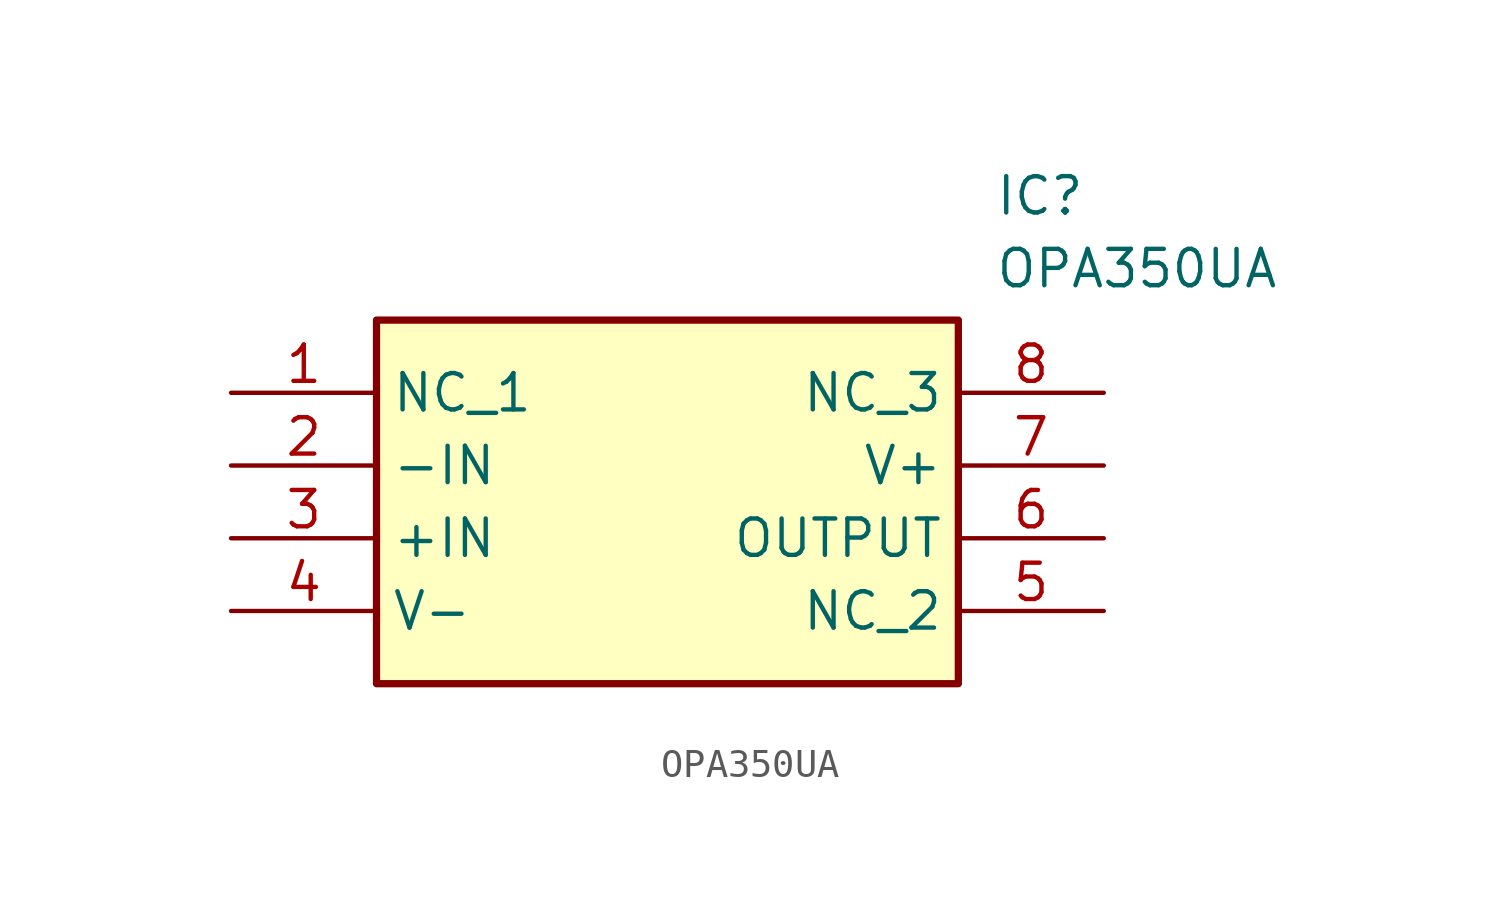
<source format=kicad_sym>
(kicad_symbol_lib
  (version 20211014)
  (generator SamacSys_ECAD_Model)
  (symbol "OPA350UA"
    (property "Reference" "IC"
      (at 26.67 7.62 0)
      (effects (font (size 1.27 1.27)) (justify left top)))
    (property "Value" "OPA350UA"
      (at 26.67 5.08 0)
      (effects (font (size 1.27 1.27)) (justify left top)))
    (rectangle
      (start 5.08 2.54)
      (end 25.4 -10.16)
      (stroke (width 0.254) (type default))
      (fill (type background)))
    (pin passive line
      (at 0 0 0)
      (length 5.08)
      (name "NC_1" (effects (font (size 1.27 1.27))))
      (number "1" (effects (font (size 1.27 1.27)))))
    (pin passive line
      (at 0 -2.54 0)
      (length 5.08)
      (name "-IN" (effects (font (size 1.27 1.27))))
      (number "2" (effects (font (size 1.27 1.27)))))
    (pin passive line
      (at 0 -5.08 0)
      (length 5.08)
      (name "+IN" (effects (font (size 1.27 1.27))))
      (number "3" (effects (font (size 1.27 1.27)))))
    (pin passive line
      (at 0 -7.62 0)
      (length 5.08)
      (name "V-" (effects (font (size 1.27 1.27))))
      (number "4" (effects (font (size 1.27 1.27)))))
    (pin passive line
      (at 30.48 0 180)
      (length 5.08)
      (name "NC_3" (effects (font (size 1.27 1.27))))
      (number "8" (effects (font (size 1.27 1.27)))))
    (pin passive line
      (at 30.48 -2.54 180)
      (length 5.08)
      (name "V+" (effects (font (size 1.27 1.27))))
      (number "7" (effects (font (size 1.27 1.27)))))
    (pin passive line
      (at 30.48 -5.08 180)
      (length 5.08)
      (name "OUTPUT" (effects (font (size 1.27 1.27))))
      (number "6" (effects (font (size 1.27 1.27)))))
    (pin passive line
      (at 30.48 -7.62 180)
      (length 5.08)
      (name "NC_2" (effects (font (size 1.27 1.27))))
      (number "5" (effects (font (size 1.27 1.27)))))))
</source>
